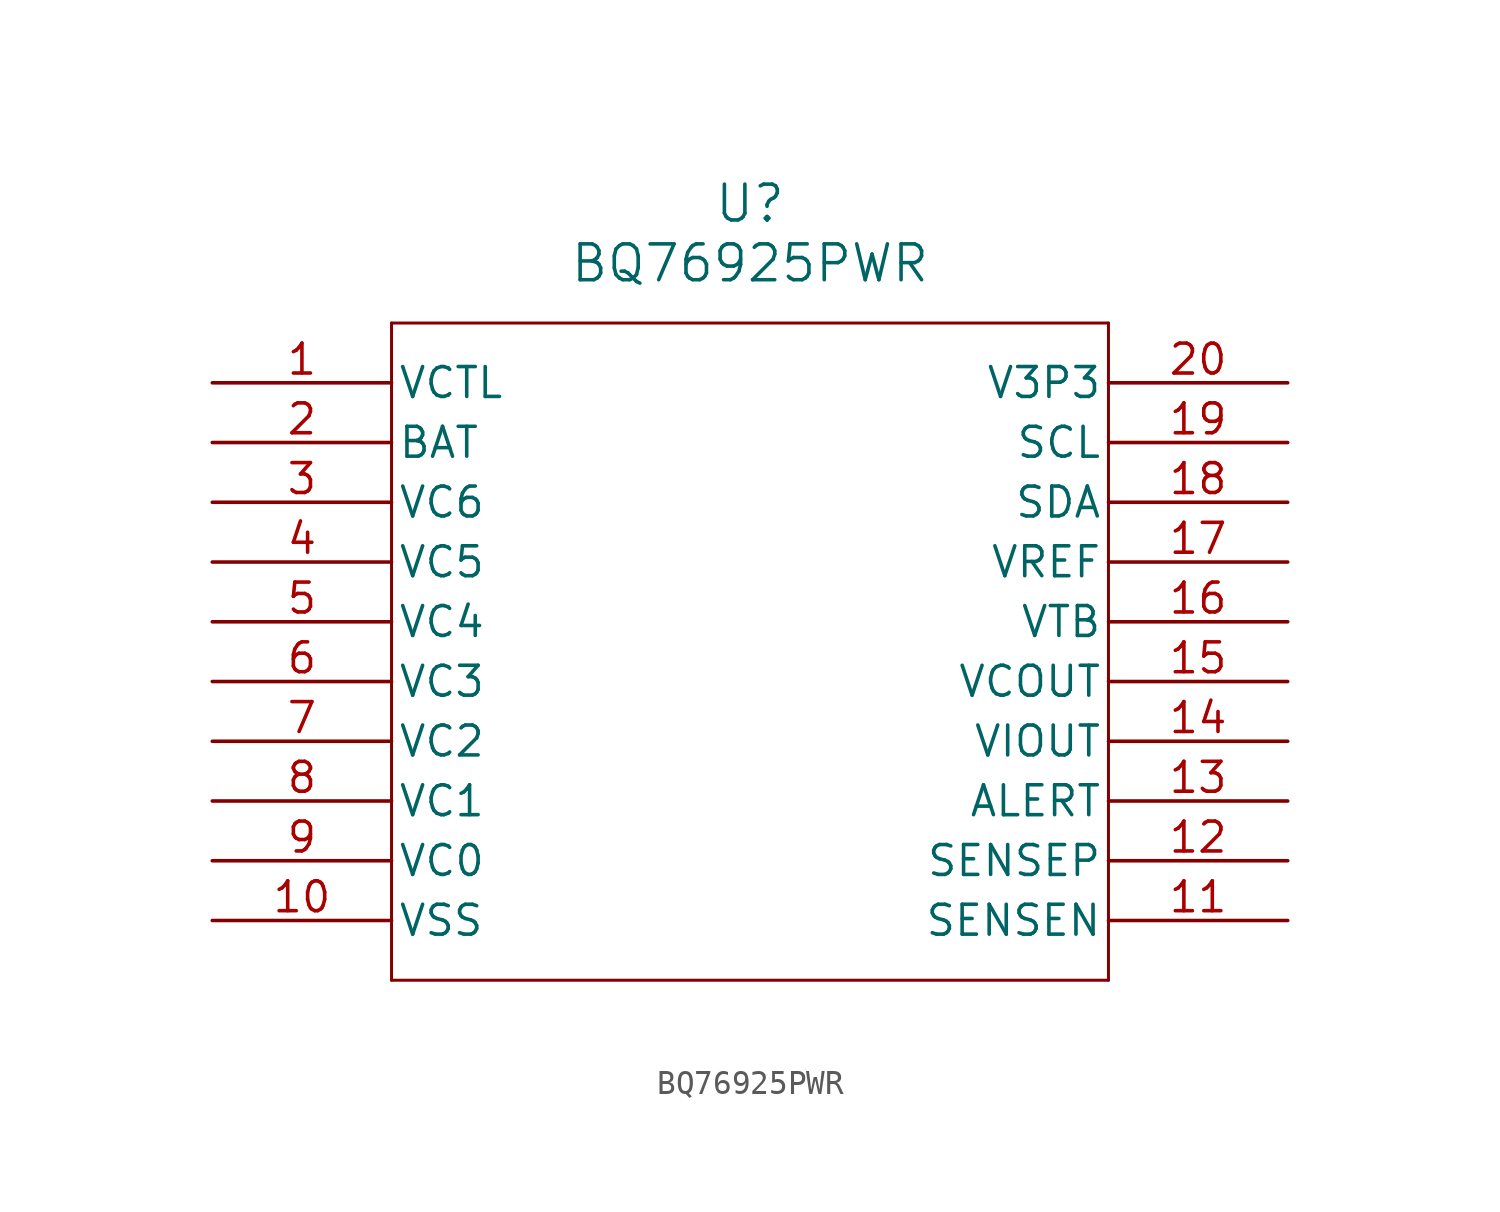
<source format=kicad_sym>
(kicad_symbol_lib
  (version 20211014)
  (generator kicad_symbol_editor)
  (symbol "BQ76925PWR"
    (pin_names
      (offset 0.254))
    (property "Reference" "U"
      (at 22.86 10.16 0)
      (effects (font (size 1.524 1.524))))
    (property "Value" "BQ76925PWR"
      (at 22.86 7.62 0)
      (effects (font (size 1.524 1.524))))
    (symbol "BQ76925PWR_0_1"
      (polyline (pts (xy 7.62 -22.86) (xy 38.1 -22.86)) (stroke (width 0.127) (type default) (color 0 0 0 0)) (fill (type none)))
      (polyline (pts (xy 7.62 5.08) (xy 7.62 -22.86)) (stroke (width 0.127) (type default) (color 0 0 0 0)) (fill (type none)))
      (polyline (pts (xy 38.1 -22.86) (xy 38.1 5.08)) (stroke (width 0.127) (type default) (color 0 0 0 0)) (fill (type none)))
      (polyline (pts (xy 38.1 5.08) (xy 7.62 5.08)) (stroke (width 0.127) (type default) (color 0 0 0 0)) (fill (type none)))
      (pin output line (at 0 2.54 0) (length 7.62) (name "VCTL" (effects (font (size 1.27 1.27)))) (number "1" (effects (font (size 1.27 1.27)))))
      (pin power_in line (at 0 -20.32 0) (length 7.62) (name "VSS" (effects (font (size 1.27 1.27)))) (number "10" (effects (font (size 1.27 1.27)))))
      (pin input line (at 45.72 -20.32 180) (length 7.62) (name "SENSEN" (effects (font (size 1.27 1.27)))) (number "11" (effects (font (size 1.27 1.27)))))
      (pin input line (at 45.72 -17.78 180) (length 7.62) (name "SENSEP" (effects (font (size 1.27 1.27)))) (number "12" (effects (font (size 1.27 1.27)))))
      (pin output line (at 45.72 -15.24 180) (length 7.62) (name "ALERT" (effects (font (size 1.27 1.27)))) (number "13" (effects (font (size 1.27 1.27)))))
      (pin output line (at 45.72 -12.7 180) (length 7.62) (name "VIOUT" (effects (font (size 1.27 1.27)))) (number "14" (effects (font (size 1.27 1.27)))))
      (pin output line (at 45.72 -10.16 180) (length 7.62) (name "VCOUT" (effects (font (size 1.27 1.27)))) (number "15" (effects (font (size 1.27 1.27)))))
      (pin output line (at 45.72 -7.62 180) (length 7.62) (name "VTB" (effects (font (size 1.27 1.27)))) (number "16" (effects (font (size 1.27 1.27)))))
      (pin output line (at 45.72 -5.08 180) (length 7.62) (name "VREF" (effects (font (size 1.27 1.27)))) (number "17" (effects (font (size 1.27 1.27)))))
      (pin bidirectional line (at 45.72 -2.54 180) (length 7.62) (name "SDA" (effects (font (size 1.27 1.27)))) (number "18" (effects (font (size 1.27 1.27)))))
      (pin input line (at 45.72 0 180) (length 7.62) (name "SCL" (effects (font (size 1.27 1.27)))) (number "19" (effects (font (size 1.27 1.27)))))
      (pin power_in line (at 0 0 0) (length 7.62) (name "BAT" (effects (font (size 1.27 1.27)))) (number "2" (effects (font (size 1.27 1.27)))))
      (pin output line (at 45.72 2.54 180) (length 7.62) (name "V3P3" (effects (font (size 1.27 1.27)))) (number "20" (effects (font (size 1.27 1.27)))))
      (pin input line (at 0 -2.54 0) (length 7.62) (name "VC6" (effects (font (size 1.27 1.27)))) (number "3" (effects (font (size 1.27 1.27)))))
      (pin input line (at 0 -5.08 0) (length 7.62) (name "VC5" (effects (font (size 1.27 1.27)))) (number "4" (effects (font (size 1.27 1.27)))))
      (pin input line (at 0 -7.62 0) (length 7.62) (name "VC4" (effects (font (size 1.27 1.27)))) (number "5" (effects (font (size 1.27 1.27)))))
      (pin input line (at 0 -10.16 0) (length 7.62) (name "VC3" (effects (font (size 1.27 1.27)))) (number "6" (effects (font (size 1.27 1.27)))))
      (pin input line (at 0 -12.7 0) (length 7.62) (name "VC2" (effects (font (size 1.27 1.27)))) (number "7" (effects (font (size 1.27 1.27)))))
      (pin input line (at 0 -15.24 0) (length 7.62) (name "VC1" (effects (font (size 1.27 1.27)))) (number "8" (effects (font (size 1.27 1.27)))))
      (pin input line (at 0 -17.78 0) (length 7.62) (name "VC0" (effects (font (size 1.27 1.27)))) (number "9" (effects (font (size 1.27 1.27))))))))
</source>
